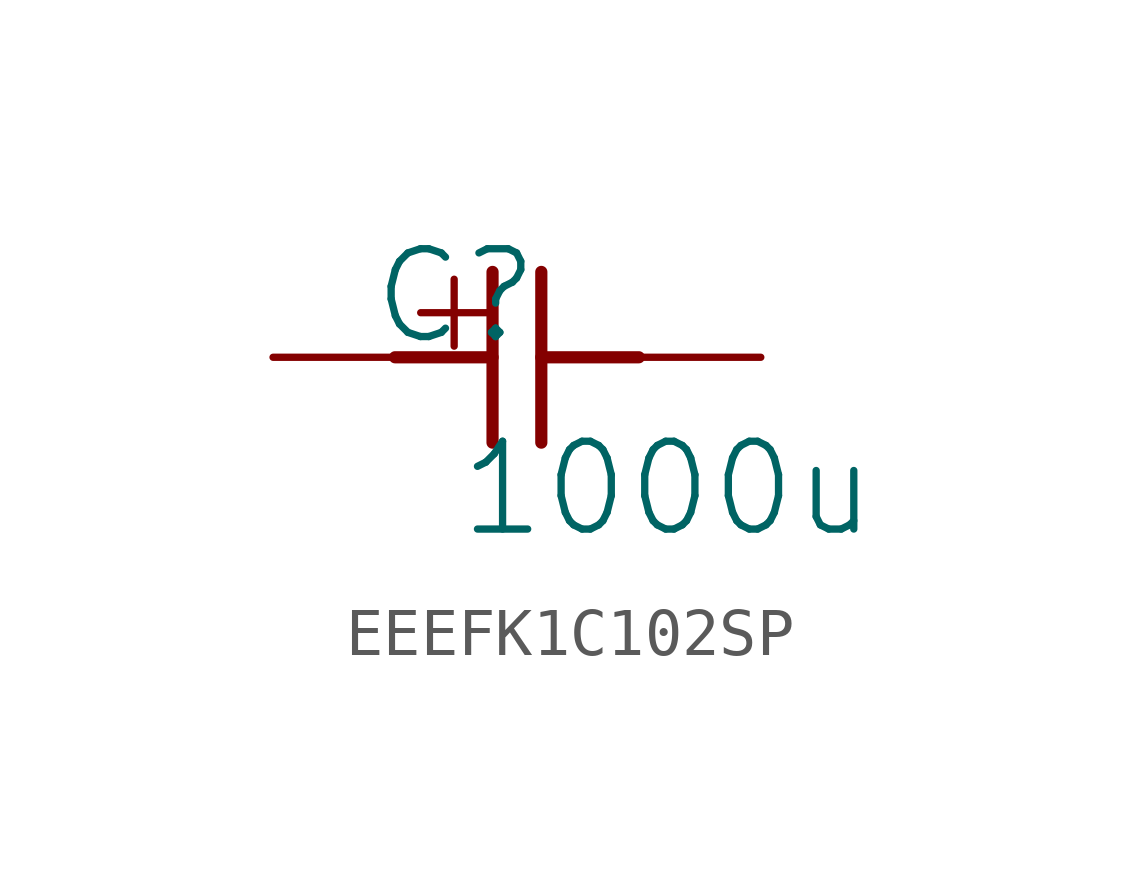
<source format=kicad_sym>
(kicad_symbol_lib
  (version 20231120)
  (generator "kicad_symbol_editor")
  (generator_version "8.0")
  (symbol "EEEFK1C102SP"
    (property "Reference" "C"
      (at -1.27 1.27 0)
      (effects (font (size 1.829 1.829))))
    (property "Value" "1000u"
      (at -1.27 -3.81 0)
      (effects (font (size 1.829 1.829)) (justify left bottom)))
    (symbol "EEEFK1C102SP_1_0"
      (polyline (pts (xy -2.54 0) (xy -0.508 0)) (stroke (width 0.254) (type solid)) (fill (type none)))
      (polyline (pts (xy -0.508 1.778) (xy -0.508 -1.778)) (stroke (width 0.254) (type solid)) (fill (type none)))
      (polyline (pts (xy 0.508 -1.778) (xy 0.508 1.778)) (stroke (width 0.254) (type solid)) (fill (type none)))
      (polyline (pts (xy 0.508 0) (xy 2.54 0)) (stroke (width 0.254) (type solid)) (fill (type none)))
      (text "+" (at -2.54 0 0) (effects (font (size 1.829 1.829)) (justify left bottom)))
      (pin passive line (at -5.08 0 0) (length 2.54) (name "1" (effects (font (size 0 0)))) (number "1" (effects (font (size 0 0)))))
      (pin passive line (at 5.08 0 180) (length 2.54) (name "2" (effects (font (size 0 0)))) (number "2" (effects (font (size 0 0))))))))
</source>
